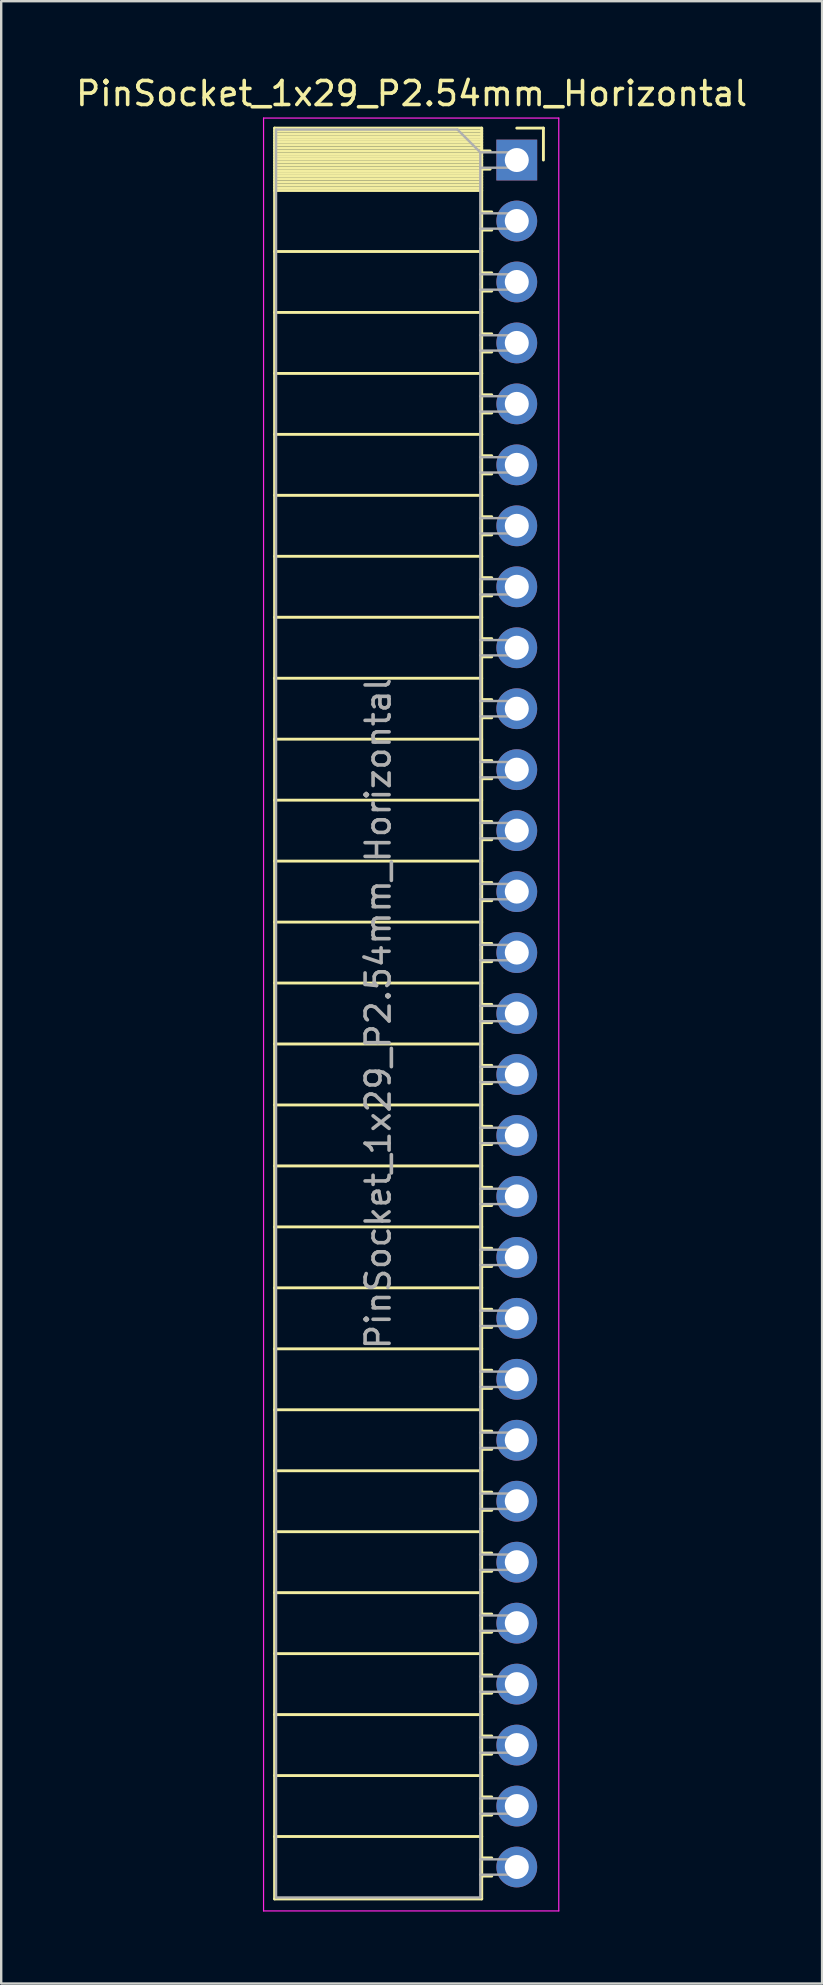
<source format=kicad_pcb>
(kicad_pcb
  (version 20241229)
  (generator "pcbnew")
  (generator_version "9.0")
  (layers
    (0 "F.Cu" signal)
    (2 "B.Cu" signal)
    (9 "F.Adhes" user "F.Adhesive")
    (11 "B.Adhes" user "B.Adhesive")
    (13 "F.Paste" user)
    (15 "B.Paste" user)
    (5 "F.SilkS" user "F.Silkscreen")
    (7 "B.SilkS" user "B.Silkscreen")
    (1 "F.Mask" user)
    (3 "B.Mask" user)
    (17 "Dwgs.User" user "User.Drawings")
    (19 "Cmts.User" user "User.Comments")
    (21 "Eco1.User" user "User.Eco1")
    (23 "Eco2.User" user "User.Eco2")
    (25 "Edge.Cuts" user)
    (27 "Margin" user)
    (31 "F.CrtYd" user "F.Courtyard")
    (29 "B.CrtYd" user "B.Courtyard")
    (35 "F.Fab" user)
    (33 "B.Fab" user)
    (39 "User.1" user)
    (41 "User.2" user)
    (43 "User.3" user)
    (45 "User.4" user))
  (footprint "PinSocket_1x29_P2.54mm_Horizontal"
    (layer "F.Cu")
    (at 18.481 3.618)
    (property "Reference" "PinSocket_1x29_P2.54mm_Horizontal" (at -4.38 -2.77 0) (layer "F.SilkS") (effects (font (size 1 1) (thickness 0.15))))
    (attr through_hole)
    (fp_line (start -10.09 -1.33) (end -10.09 72.45) (stroke (width 0.12) (type solid)) (layer "F.SilkS"))
    (fp_line (start -10.09 -1.33) (end -1.46 -1.33) (stroke (width 0.12) (type solid)) (layer "F.SilkS"))
    (fp_line (start -10.09 -1.21) (end -1.46 -1.21) (stroke (width 0.12) (type solid)) (layer "F.SilkS"))
    (fp_line (start -10.09 -1.092) (end -1.46 -1.092) (stroke (width 0.12) (type solid)) (layer "F.SilkS"))
    (fp_line (start -10.09 -0.974) (end -1.46 -0.974) (stroke (width 0.12) (type solid)) (layer "F.SilkS"))
    (fp_line (start -10.09 -0.856) (end -1.46 -0.856) (stroke (width 0.12) (type solid)) (layer "F.SilkS"))
    (fp_line (start -10.09 -0.738) (end -1.46 -0.738) (stroke (width 0.12) (type solid)) (layer "F.SilkS"))
    (fp_line (start -10.09 -0.62) (end -1.46 -0.62) (stroke (width 0.12) (type solid)) (layer "F.SilkS"))
    (fp_line (start -10.09 -0.501) (end -1.46 -0.501) (stroke (width 0.12) (type solid)) (layer "F.SilkS"))
    (fp_line (start -10.09 -0.383) (end -1.46 -0.383) (stroke (width 0.12) (type solid)) (layer "F.SilkS"))
    (fp_line (start -10.09 -0.265) (end -1.46 -0.265) (stroke (width 0.12) (type solid)) (layer "F.SilkS"))
    (fp_line (start -10.09 -0.147) (end -1.46 -0.147) (stroke (width 0.12) (type solid)) (layer "F.SilkS"))
    (fp_line (start -10.09 -0.029) (end -1.46 -0.029) (stroke (width 0.12) (type solid)) (layer "F.SilkS"))
    (fp_line (start -10.09 0.089) (end -1.46 0.089) (stroke (width 0.12) (type solid)) (layer "F.SilkS"))
    (fp_line (start -10.09 0.207) (end -1.46 0.207) (stroke (width 0.12) (type solid)) (layer "F.SilkS"))
    (fp_line (start -10.09 0.325) (end -1.46 0.325) (stroke (width 0.12) (type solid)) (layer "F.SilkS"))
    (fp_line (start -10.09 0.443) (end -1.46 0.443) (stroke (width 0.12) (type solid)) (layer "F.SilkS"))
    (fp_line (start -10.09 0.561) (end -1.46 0.561) (stroke (width 0.12) (type solid)) (layer "F.SilkS"))
    (fp_line (start -10.09 0.68) (end -1.46 0.68) (stroke (width 0.12) (type solid)) (layer "F.SilkS"))
    (fp_line (start -10.09 0.798) (end -1.46 0.798) (stroke (width 0.12) (type solid)) (layer "F.SilkS"))
    (fp_line (start -10.09 0.916) (end -1.46 0.916) (stroke (width 0.12) (type solid)) (layer "F.SilkS"))
    (fp_line (start -10.09 1.034) (end -1.46 1.034) (stroke (width 0.12) (type solid)) (layer "F.SilkS"))
    (fp_line (start -10.09 1.152) (end -1.46 1.152) (stroke (width 0.12) (type solid)) (layer "F.SilkS"))
    (fp_line (start -10.09 1.27) (end -1.46 1.27) (stroke (width 0.12) (type solid)) (layer "F.SilkS"))
    (fp_line (start -10.09 3.81) (end -1.46 3.81) (stroke (width 0.12) (type solid)) (layer "F.SilkS"))
    (fp_line (start -10.09 6.35) (end -1.46 6.35) (stroke (width 0.12) (type solid)) (layer "F.SilkS"))
    (fp_line (start -10.09 8.89) (end -1.46 8.89) (stroke (width 0.12) (type solid)) (layer "F.SilkS"))
    (fp_line (start -10.09 11.43) (end -1.46 11.43) (stroke (width 0.12) (type solid)) (layer "F.SilkS"))
    (fp_line (start -10.09 13.97) (end -1.46 13.97) (stroke (width 0.12) (type solid)) (layer "F.SilkS"))
    (fp_line (start -10.09 16.51) (end -1.46 16.51) (stroke (width 0.12) (type solid)) (layer "F.SilkS"))
    (fp_line (start -10.09 19.05) (end -1.46 19.05) (stroke (width 0.12) (type solid)) (layer "F.SilkS"))
    (fp_line (start -10.09 21.59) (end -1.46 21.59) (stroke (width 0.12) (type solid)) (layer "F.SilkS"))
    (fp_line (start -10.09 24.13) (end -1.46 24.13) (stroke (width 0.12) (type solid)) (layer "F.SilkS"))
    (fp_line (start -10.09 26.67) (end -1.46 26.67) (stroke (width 0.12) (type solid)) (layer "F.SilkS"))
    (fp_line (start -10.09 29.21) (end -1.46 29.21) (stroke (width 0.12) (type solid)) (layer "F.SilkS"))
    (fp_line (start -10.09 31.75) (end -1.46 31.75) (stroke (width 0.12) (type solid)) (layer "F.SilkS"))
    (fp_line (start -10.09 34.29) (end -1.46 34.29) (stroke (width 0.12) (type solid)) (layer "F.SilkS"))
    (fp_line (start -10.09 36.83) (end -1.46 36.83) (stroke (width 0.12) (type solid)) (layer "F.SilkS"))
    (fp_line (start -10.09 39.37) (end -1.46 39.37) (stroke (width 0.12) (type solid)) (layer "F.SilkS"))
    (fp_line (start -10.09 41.91) (end -1.46 41.91) (stroke (width 0.12) (type solid)) (layer "F.SilkS"))
    (fp_line (start -10.09 44.45) (end -1.46 44.45) (stroke (width 0.12) (type solid)) (layer "F.SilkS"))
    (fp_line (start -10.09 46.99) (end -1.46 46.99) (stroke (width 0.12) (type solid)) (layer "F.SilkS"))
    (fp_line (start -10.09 49.53) (end -1.46 49.53) (stroke (width 0.12) (type solid)) (layer "F.SilkS"))
    (fp_line (start -10.09 52.07) (end -1.46 52.07) (stroke (width 0.12) (type solid)) (layer "F.SilkS"))
    (fp_line (start -10.09 54.61) (end -1.46 54.61) (stroke (width 0.12) (type solid)) (layer "F.SilkS"))
    (fp_line (start -10.09 57.15) (end -1.46 57.15) (stroke (width 0.12) (type solid)) (layer "F.SilkS"))
    (fp_line (start -10.09 59.69) (end -1.46 59.69) (stroke (width 0.12) (type solid)) (layer "F.SilkS"))
    (fp_line (start -10.09 62.23) (end -1.46 62.23) (stroke (width 0.12) (type solid)) (layer "F.SilkS"))
    (fp_line (start -10.09 64.77) (end -1.46 64.77) (stroke (width 0.12) (type solid)) (layer "F.SilkS"))
    (fp_line (start -10.09 67.31) (end -1.46 67.31) (stroke (width 0.12) (type solid)) (layer "F.SilkS"))
    (fp_line (start -10.09 69.85) (end -1.46 69.85) (stroke (width 0.12) (type solid)) (layer "F.SilkS"))
    (fp_line (start -10.09 72.45) (end -1.46 72.45) (stroke (width 0.12) (type solid)) (layer "F.SilkS"))
    (fp_line (start -1.46 -1.33) (end -1.46 72.45) (stroke (width 0.12) (type solid)) (layer "F.SilkS"))
    (fp_line (start -1.46 -0.38) (end -1.11 -0.38) (stroke (width 0.12) (type solid)) (layer "F.SilkS"))
    (fp_line (start -1.46 0.38) (end -1.11 0.38) (stroke (width 0.12) (type solid)) (layer "F.SilkS"))
    (fp_line (start -1.46 2.16) (end -1.043 2.16) (stroke (width 0.12) (type solid)) (layer "F.SilkS"))
    (fp_line (start -1.46 2.92) (end -1.043 2.92) (stroke (width 0.12) (type solid)) (layer "F.SilkS"))
    (fp_line (start -1.46 4.7) (end -1.043 4.7) (stroke (width 0.12) (type solid)) (layer "F.SilkS"))
    (fp_line (start -1.46 5.46) (end -1.043 5.46) (stroke (width 0.12) (type solid)) (layer "F.SilkS"))
    (fp_line (start -1.46 7.24) (end -1.043 7.24) (stroke (width 0.12) (type solid)) (layer "F.SilkS"))
    (fp_line (start -1.46 8) (end -1.043 8) (stroke (width 0.12) (type solid)) (layer "F.SilkS"))
    (fp_line (start -1.46 9.78) (end -1.043 9.78) (stroke (width 0.12) (type solid)) (layer "F.SilkS"))
    (fp_line (start -1.46 10.54) (end -1.043 10.54) (stroke (width 0.12) (type solid)) (layer "F.SilkS"))
    (fp_line (start -1.46 12.32) (end -1.043 12.32) (stroke (width 0.12) (type solid)) (layer "F.SilkS"))
    (fp_line (start -1.46 13.08) (end -1.043 13.08) (stroke (width 0.12) (type solid)) (layer "F.SilkS"))
    (fp_line (start -1.46 14.86) (end -1.043 14.86) (stroke (width 0.12) (type solid)) (layer "F.SilkS"))
    (fp_line (start -1.46 15.62) (end -1.043 15.62) (stroke (width 0.12) (type solid)) (layer "F.SilkS"))
    (fp_line (start -1.46 17.4) (end -1.043 17.4) (stroke (width 0.12) (type solid)) (layer "F.SilkS"))
    (fp_line (start -1.46 18.16) (end -1.043 18.16) (stroke (width 0.12) (type solid)) (layer "F.SilkS"))
    (fp_line (start -1.46 19.94) (end -1.043 19.94) (stroke (width 0.12) (type solid)) (layer "F.SilkS"))
    (fp_line (start -1.46 20.7) (end -1.043 20.7) (stroke (width 0.12) (type solid)) (layer "F.SilkS"))
    (fp_line (start -1.46 22.48) (end -1.043 22.48) (stroke (width 0.12) (type solid)) (layer "F.SilkS"))
    (fp_line (start -1.46 23.24) (end -1.043 23.24) (stroke (width 0.12) (type solid)) (layer "F.SilkS"))
    (fp_line (start -1.46 25.02) (end -1.043 25.02) (stroke (width 0.12) (type solid)) (layer "F.SilkS"))
    (fp_line (start -1.46 25.78) (end -1.043 25.78) (stroke (width 0.12) (type solid)) (layer "F.SilkS"))
    (fp_line (start -1.46 27.56) (end -1.043 27.56) (stroke (width 0.12) (type solid)) (layer "F.SilkS"))
    (fp_line (start -1.46 28.32) (end -1.043 28.32) (stroke (width 0.12) (type solid)) (layer "F.SilkS"))
    (fp_line (start -1.46 30.1) (end -1.043 30.1) (stroke (width 0.12) (type solid)) (layer "F.SilkS"))
    (fp_line (start -1.46 30.86) (end -1.043 30.86) (stroke (width 0.12) (type solid)) (layer "F.SilkS"))
    (fp_line (start -1.46 32.64) (end -1.043 32.64) (stroke (width 0.12) (type solid)) (layer "F.SilkS"))
    (fp_line (start -1.46 33.4) (end -1.043 33.4) (stroke (width 0.12) (type solid)) (layer "F.SilkS"))
    (fp_line (start -1.46 35.18) (end -1.043 35.18) (stroke (width 0.12) (type solid)) (layer "F.SilkS"))
    (fp_line (start -1.46 35.94) (end -1.043 35.94) (stroke (width 0.12) (type solid)) (layer "F.SilkS"))
    (fp_line (start -1.46 37.72) (end -1.043 37.72) (stroke (width 0.12) (type solid)) (layer "F.SilkS"))
    (fp_line (start -1.46 38.48) (end -1.043 38.48) (stroke (width 0.12) (type solid)) (layer "F.SilkS"))
    (fp_line (start -1.46 40.26) (end -1.043 40.26) (stroke (width 0.12) (type solid)) (layer "F.SilkS"))
    (fp_line (start -1.46 41.02) (end -1.043 41.02) (stroke (width 0.12) (type solid)) (layer "F.SilkS"))
    (fp_line (start -1.46 42.8) (end -1.043 42.8) (stroke (width 0.12) (type solid)) (layer "F.SilkS"))
    (fp_line (start -1.46 43.56) (end -1.043 43.56) (stroke (width 0.12) (type solid)) (layer "F.SilkS"))
    (fp_line (start -1.46 45.34) (end -1.043 45.34) (stroke (width 0.12) (type solid)) (layer "F.SilkS"))
    (fp_line (start -1.46 46.1) (end -1.043 46.1) (stroke (width 0.12) (type solid)) (layer "F.SilkS"))
    (fp_line (start -1.46 47.88) (end -1.043 47.88) (stroke (width 0.12) (type solid)) (layer "F.SilkS"))
    (fp_line (start -1.46 48.64) (end -1.043 48.64) (stroke (width 0.12) (type solid)) (layer "F.SilkS"))
    (fp_line (start -1.46 50.42) (end -1.043 50.42) (stroke (width 0.12) (type solid)) (layer "F.SilkS"))
    (fp_line (start -1.46 51.18) (end -1.043 51.18) (stroke (width 0.12) (type solid)) (layer "F.SilkS"))
    (fp_line (start -1.46 52.96) (end -1.043 52.96) (stroke (width 0.12) (type solid)) (layer "F.SilkS"))
    (fp_line (start -1.46 53.72) (end -1.043 53.72) (stroke (width 0.12) (type solid)) (layer "F.SilkS"))
    (fp_line (start -1.46 55.5) (end -1.043 55.5) (stroke (width 0.12) (type solid)) (layer "F.SilkS"))
    (fp_line (start -1.46 56.26) (end -1.043 56.26) (stroke (width 0.12) (type solid)) (layer "F.SilkS"))
    (fp_line (start -1.46 58.04) (end -1.043 58.04) (stroke (width 0.12) (type solid)) (layer "F.SilkS"))
    (fp_line (start -1.46 58.8) (end -1.043 58.8) (stroke (width 0.12) (type solid)) (layer "F.SilkS"))
    (fp_line (start -1.46 60.58) (end -1.043 60.58) (stroke (width 0.12) (type solid)) (layer "F.SilkS"))
    (fp_line (start -1.46 61.34) (end -1.043 61.34) (stroke (width 0.12) (type solid)) (layer "F.SilkS"))
    (fp_line (start -1.46 63.12) (end -1.043 63.12) (stroke (width 0.12) (type solid)) (layer "F.SilkS"))
    (fp_line (start -1.46 63.88) (end -1.043 63.88) (stroke (width 0.12) (type solid)) (layer "F.SilkS"))
    (fp_line (start -1.46 65.66) (end -1.043 65.66) (stroke (width 0.12) (type solid)) (layer "F.SilkS"))
    (fp_line (start -1.46 66.42) (end -1.043 66.42) (stroke (width 0.12) (type solid)) (layer "F.SilkS"))
    (fp_line (start -1.46 68.2) (end -1.043 68.2) (stroke (width 0.12) (type solid)) (layer "F.SilkS"))
    (fp_line (start -1.46 68.96) (end -1.043 68.96) (stroke (width 0.12) (type solid)) (layer "F.SilkS"))
    (fp_line (start -1.46 70.74) (end -1.043 70.74) (stroke (width 0.12) (type solid)) (layer "F.SilkS"))
    (fp_line (start -1.46 71.5) (end -1.043 71.5) (stroke (width 0.12) (type solid)) (layer "F.SilkS"))
    (fp_line (start 0 -1.33) (end 1.11 -1.33) (stroke (width 0.12) (type solid)) (layer "F.SilkS"))
    (fp_line (start 1.11 -1.33) (end 1.11 0) (stroke (width 0.12) (type solid)) (layer "F.SilkS"))
    (fp_line (start -10.55 -1.75) (end -10.55 72.95) (stroke (width 0.05) (type solid)) (layer "F.CrtYd"))
    (fp_line (start -10.55 72.95) (end 1.75 72.95) (stroke (width 0.05) (type solid)) (layer "F.CrtYd"))
    (fp_line (start 1.75 -1.75) (end -10.55 -1.75) (stroke (width 0.05) (type solid)) (layer "F.CrtYd"))
    (fp_line (start 1.75 72.95) (end 1.75 -1.75) (stroke (width 0.05) (type solid)) (layer "F.CrtYd"))
    (fp_line (start -10.03 -1.27) (end -2.47 -1.27) (stroke (width 0.1) (type solid)) (layer "F.Fab"))
    (fp_line (start -10.03 72.39) (end -10.03 -1.27) (stroke (width 0.1) (type solid)) (layer "F.Fab"))
    (fp_line (start -2.47 -1.27) (end -1.52 -0.32) (stroke (width 0.1) (type solid)) (layer "F.Fab"))
    (fp_line (start -1.52 -0.32) (end -1.52 72.39) (stroke (width 0.1) (type solid)) (layer "F.Fab"))
    (fp_line (start -1.52 0.32) (end 0 0.32) (stroke (width 0.1) (type solid)) (layer "F.Fab"))
    (fp_line (start -1.52 2.86) (end 0 2.86) (stroke (width 0.1) (type solid)) (layer "F.Fab"))
    (fp_line (start -1.52 5.4) (end 0 5.4) (stroke (width 0.1) (type solid)) (layer "F.Fab"))
    (fp_line (start -1.52 7.94) (end 0 7.94) (stroke (width 0.1) (type solid)) (layer "F.Fab"))
    (fp_line (start -1.52 10.48) (end 0 10.48) (stroke (width 0.1) (type solid)) (layer "F.Fab"))
    (fp_line (start -1.52 13.02) (end 0 13.02) (stroke (width 0.1) (type solid)) (layer "F.Fab"))
    (fp_line (start -1.52 15.56) (end 0 15.56) (stroke (width 0.1) (type solid)) (layer "F.Fab"))
    (fp_line (start -1.52 18.1) (end 0 18.1) (stroke (width 0.1) (type solid)) (layer "F.Fab"))
    (fp_line (start -1.52 20.64) (end 0 20.64) (stroke (width 0.1) (type solid)) (layer "F.Fab"))
    (fp_line (start -1.52 23.18) (end 0 23.18) (stroke (width 0.1) (type solid)) (layer "F.Fab"))
    (fp_line (start -1.52 25.72) (end 0 25.72) (stroke (width 0.1) (type solid)) (layer "F.Fab"))
    (fp_line (start -1.52 28.26) (end 0 28.26) (stroke (width 0.1) (type solid)) (layer "F.Fab"))
    (fp_line (start -1.52 30.8) (end 0 30.8) (stroke (width 0.1) (type solid)) (layer "F.Fab"))
    (fp_line (start -1.52 33.34) (end 0 33.34) (stroke (width 0.1) (type solid)) (layer "F.Fab"))
    (fp_line (start -1.52 35.88) (end 0 35.88) (stroke (width 0.1) (type solid)) (layer "F.Fab"))
    (fp_line (start -1.52 38.42) (end 0 38.42) (stroke (width 0.1) (type solid)) (layer "F.Fab"))
    (fp_line (start -1.52 40.96) (end 0 40.96) (stroke (width 0.1) (type solid)) (layer "F.Fab"))
    (fp_line (start -1.52 43.5) (end 0 43.5) (stroke (width 0.1) (type solid)) (layer "F.Fab"))
    (fp_line (start -1.52 46.04) (end 0 46.04) (stroke (width 0.1) (type solid)) (layer "F.Fab"))
    (fp_line (start -1.52 48.58) (end 0 48.58) (stroke (width 0.1) (type solid)) (layer "F.Fab"))
    (fp_line (start -1.52 51.12) (end 0 51.12) (stroke (width 0.1) (type solid)) (layer "F.Fab"))
    (fp_line (start -1.52 53.66) (end 0 53.66) (stroke (width 0.1) (type solid)) (layer "F.Fab"))
    (fp_line (start -1.52 56.2) (end 0 56.2) (stroke (width 0.1) (type solid)) (layer "F.Fab"))
    (fp_line (start -1.52 58.74) (end 0 58.74) (stroke (width 0.1) (type solid)) (layer "F.Fab"))
    (fp_line (start -1.52 61.28) (end 0 61.28) (stroke (width 0.1) (type solid)) (layer "F.Fab"))
    (fp_line (start -1.52 63.82) (end 0 63.82) (stroke (width 0.1) (type solid)) (layer "F.Fab"))
    (fp_line (start -1.52 66.36) (end 0 66.36) (stroke (width 0.1) (type solid)) (layer "F.Fab"))
    (fp_line (start -1.52 68.9) (end 0 68.9) (stroke (width 0.1) (type solid)) (layer "F.Fab"))
    (fp_line (start -1.52 71.44) (end 0 71.44) (stroke (width 0.1) (type solid)) (layer "F.Fab"))
    (fp_line (start -1.52 72.39) (end -10.03 72.39) (stroke (width 0.1) (type solid)) (layer "F.Fab"))
    (fp_line (start 0 -0.32) (end -1.52 -0.32) (stroke (width 0.1) (type solid)) (layer "F.Fab"))
    (fp_line (start 0 0.32) (end 0 -0.32) (stroke (width 0.1) (type solid)) (layer "F.Fab"))
    (fp_line (start 0 2.22) (end -1.52 2.22) (stroke (width 0.1) (type solid)) (layer "F.Fab"))
    (fp_line (start 0 2.86) (end 0 2.22) (stroke (width 0.1) (type solid)) (layer "F.Fab"))
    (fp_line (start 0 4.76) (end -1.52 4.76) (stroke (width 0.1) (type solid)) (layer "F.Fab"))
    (fp_line (start 0 5.4) (end 0 4.76) (stroke (width 0.1) (type solid)) (layer "F.Fab"))
    (fp_line (start 0 7.3) (end -1.52 7.3) (stroke (width 0.1) (type solid)) (layer "F.Fab"))
    (fp_line (start 0 7.94) (end 0 7.3) (stroke (width 0.1) (type solid)) (layer "F.Fab"))
    (fp_line (start 0 9.84) (end -1.52 9.84) (stroke (width 0.1) (type solid)) (layer "F.Fab"))
    (fp_line (start 0 10.48) (end 0 9.84) (stroke (width 0.1) (type solid)) (layer "F.Fab"))
    (fp_line (start 0 12.38) (end -1.52 12.38) (stroke (width 0.1) (type solid)) (layer "F.Fab"))
    (fp_line (start 0 13.02) (end 0 12.38) (stroke (width 0.1) (type solid)) (layer "F.Fab"))
    (fp_line (start 0 14.92) (end -1.52 14.92) (stroke (width 0.1) (type solid)) (layer "F.Fab"))
    (fp_line (start 0 15.56) (end 0 14.92) (stroke (width 0.1) (type solid)) (layer "F.Fab"))
    (fp_line (start 0 17.46) (end -1.52 17.46) (stroke (width 0.1) (type solid)) (layer "F.Fab"))
    (fp_line (start 0 18.1) (end 0 17.46) (stroke (width 0.1) (type solid)) (layer "F.Fab"))
    (fp_line (start 0 20) (end -1.52 20) (stroke (width 0.1) (type solid)) (layer "F.Fab"))
    (fp_line (start 0 20.64) (end 0 20) (stroke (width 0.1) (type solid)) (layer "F.Fab"))
    (fp_line (start 0 22.54) (end -1.52 22.54) (stroke (width 0.1) (type solid)) (layer "F.Fab"))
    (fp_line (start 0 23.18) (end 0 22.54) (stroke (width 0.1) (type solid)) (layer "F.Fab"))
    (fp_line (start 0 25.08) (end -1.52 25.08) (stroke (width 0.1) (type solid)) (layer "F.Fab"))
    (fp_line (start 0 25.72) (end 0 25.08) (stroke (width 0.1) (type solid)) (layer "F.Fab"))
    (fp_line (start 0 27.62) (end -1.52 27.62) (stroke (width 0.1) (type solid)) (layer "F.Fab"))
    (fp_line (start 0 28.26) (end 0 27.62) (stroke (width 0.1) (type solid)) (layer "F.Fab"))
    (fp_line (start 0 30.16) (end -1.52 30.16) (stroke (width 0.1) (type solid)) (layer "F.Fab"))
    (fp_line (start 0 30.8) (end 0 30.16) (stroke (width 0.1) (type solid)) (layer "F.Fab"))
    (fp_line (start 0 32.7) (end -1.52 32.7) (stroke (width 0.1) (type solid)) (layer "F.Fab"))
    (fp_line (start 0 33.34) (end 0 32.7) (stroke (width 0.1) (type solid)) (layer "F.Fab"))
    (fp_line (start 0 35.24) (end -1.52 35.24) (stroke (width 0.1) (type solid)) (layer "F.Fab"))
    (fp_line (start 0 35.88) (end 0 35.24) (stroke (width 0.1) (type solid)) (layer "F.Fab"))
    (fp_line (start 0 37.78) (end -1.52 37.78) (stroke (width 0.1) (type solid)) (layer "F.Fab"))
    (fp_line (start 0 38.42) (end 0 37.78) (stroke (width 0.1) (type solid)) (layer "F.Fab"))
    (fp_line (start 0 40.32) (end -1.52 40.32) (stroke (width 0.1) (type solid)) (layer "F.Fab"))
    (fp_line (start 0 40.96) (end 0 40.32) (stroke (width 0.1) (type solid)) (layer "F.Fab"))
    (fp_line (start 0 42.86) (end -1.52 42.86) (stroke (width 0.1) (type solid)) (layer "F.Fab"))
    (fp_line (start 0 43.5) (end 0 42.86) (stroke (width 0.1) (type solid)) (layer "F.Fab"))
    (fp_line (start 0 45.4) (end -1.52 45.4) (stroke (width 0.1) (type solid)) (layer "F.Fab"))
    (fp_line (start 0 46.04) (end 0 45.4) (stroke (width 0.1) (type solid)) (layer "F.Fab"))
    (fp_line (start 0 47.94) (end -1.52 47.94) (stroke (width 0.1) (type solid)) (layer "F.Fab"))
    (fp_line (start 0 48.58) (end 0 47.94) (stroke (width 0.1) (type solid)) (layer "F.Fab"))
    (fp_line (start 0 50.48) (end -1.52 50.48) (stroke (width 0.1) (type solid)) (layer "F.Fab"))
    (fp_line (start 0 51.12) (end 0 50.48) (stroke (width 0.1) (type solid)) (layer "F.Fab"))
    (fp_line (start 0 53.02) (end -1.52 53.02) (stroke (width 0.1) (type solid)) (layer "F.Fab"))
    (fp_line (start 0 53.66) (end 0 53.02) (stroke (width 0.1) (type solid)) (layer "F.Fab"))
    (fp_line (start 0 55.56) (end -1.52 55.56) (stroke (width 0.1) (type solid)) (layer "F.Fab"))
    (fp_line (start 0 56.2) (end 0 55.56) (stroke (width 0.1) (type solid)) (layer "F.Fab"))
    (fp_line (start 0 58.1) (end -1.52 58.1) (stroke (width 0.1) (type solid)) (layer "F.Fab"))
    (fp_line (start 0 58.74) (end 0 58.1) (stroke (width 0.1) (type solid)) (layer "F.Fab"))
    (fp_line (start 0 60.64) (end -1.52 60.64) (stroke (width 0.1) (type solid)) (layer "F.Fab"))
    (fp_line (start 0 61.28) (end 0 60.64) (stroke (width 0.1) (type solid)) (layer "F.Fab"))
    (fp_line (start 0 63.18) (end -1.52 63.18) (stroke (width 0.1) (type solid)) (layer "F.Fab"))
    (fp_line (start 0 63.82) (end 0 63.18) (stroke (width 0.1) (type solid)) (layer "F.Fab"))
    (fp_line (start 0 65.72) (end -1.52 65.72) (stroke (width 0.1) (type solid)) (layer "F.Fab"))
    (fp_line (start 0 66.36) (end 0 65.72) (stroke (width 0.1) (type solid)) (layer "F.Fab"))
    (fp_line (start 0 68.26) (end -1.52 68.26) (stroke (width 0.1) (type solid)) (layer "F.Fab"))
    (fp_line (start 0 68.9) (end 0 68.26) (stroke (width 0.1) (type solid)) (layer "F.Fab"))
    (fp_line (start 0 70.8) (end -1.52 70.8) (stroke (width 0.1) (type solid)) (layer "F.Fab"))
    (fp_line (start 0 71.44) (end 0 70.8) (stroke (width 0.1) (type solid)) (layer "F.Fab"))
    (fp_text user "${REFERENCE}" (at -5.775 35.56 90) (layer "F.Fab") (effects (font (size 1 1) (thickness 0.15))))
    (pad "1" thru_hole rect (at 0 0) (size 1.7 1.7) (drill 1) (layers "*.Cu" "*.Mask"))
    (pad "2" thru_hole oval (at 0 2.54) (size 1.7 1.7) (drill 1) (layers "*.Cu" "*.Mask"))
    (pad "3" thru_hole oval (at 0 5.08) (size 1.7 1.7) (drill 1) (layers "*.Cu" "*.Mask"))
    (pad "4" thru_hole oval (at 0 7.62) (size 1.7 1.7) (drill 1) (layers "*.Cu" "*.Mask"))
    (pad "5" thru_hole oval (at 0 10.16) (size 1.7 1.7) (drill 1) (layers "*.Cu" "*.Mask"))
    (pad "6" thru_hole oval (at 0 12.7) (size 1.7 1.7) (drill 1) (layers "*.Cu" "*.Mask"))
    (pad "7" thru_hole oval (at 0 15.24) (size 1.7 1.7) (drill 1) (layers "*.Cu" "*.Mask"))
    (pad "8" thru_hole oval (at 0 17.78) (size 1.7 1.7) (drill 1) (layers "*.Cu" "*.Mask"))
    (pad "9" thru_hole oval (at 0 20.32) (size 1.7 1.7) (drill 1) (layers "*.Cu" "*.Mask"))
    (pad "10" thru_hole oval (at 0 22.86) (size 1.7 1.7) (drill 1) (layers "*.Cu" "*.Mask"))
    (pad "11" thru_hole oval (at 0 25.4) (size 1.7 1.7) (drill 1) (layers "*.Cu" "*.Mask"))
    (pad "12" thru_hole oval (at 0 27.94) (size 1.7 1.7) (drill 1) (layers "*.Cu" "*.Mask"))
    (pad "13" thru_hole oval (at 0 30.48) (size 1.7 1.7) (drill 1) (layers "*.Cu" "*.Mask"))
    (pad "14" thru_hole oval (at 0 33.02) (size 1.7 1.7) (drill 1) (layers "*.Cu" "*.Mask"))
    (pad "15" thru_hole oval (at 0 35.56) (size 1.7 1.7) (drill 1) (layers "*.Cu" "*.Mask"))
    (pad "16" thru_hole oval (at 0 38.1) (size 1.7 1.7) (drill 1) (layers "*.Cu" "*.Mask"))
    (pad "17" thru_hole oval (at 0 40.64) (size 1.7 1.7) (drill 1) (layers "*.Cu" "*.Mask"))
    (pad "18" thru_hole oval (at 0 43.18) (size 1.7 1.7) (drill 1) (layers "*.Cu" "*.Mask"))
    (pad "19" thru_hole oval (at 0 45.72) (size 1.7 1.7) (drill 1) (layers "*.Cu" "*.Mask"))
    (pad "20" thru_hole oval (at 0 48.26) (size 1.7 1.7) (drill 1) (layers "*.Cu" "*.Mask"))
    (pad "21" thru_hole oval (at 0 50.8) (size 1.7 1.7) (drill 1) (layers "*.Cu" "*.Mask"))
    (pad "22" thru_hole oval (at 0 53.34) (size 1.7 1.7) (drill 1) (layers "*.Cu" "*.Mask"))
    (pad "23" thru_hole oval (at 0 55.88) (size 1.7 1.7) (drill 1) (layers "*.Cu" "*.Mask"))
    (pad "24" thru_hole oval (at 0 58.42) (size 1.7 1.7) (drill 1) (layers "*.Cu" "*.Mask"))
    (pad "25" thru_hole oval (at 0 60.96) (size 1.7 1.7) (drill 1) (layers "*.Cu" "*.Mask"))
    (pad "26" thru_hole oval (at 0 63.5) (size 1.7 1.7) (drill 1) (layers "*.Cu" "*.Mask"))
    (pad "27" thru_hole oval (at 0 66.04) (size 1.7 1.7) (drill 1) (layers "*.Cu" "*.Mask"))
    (pad "28" thru_hole oval (at 0 68.58) (size 1.7 1.7) (drill 1) (layers "*.Cu" "*.Mask"))
    (pad "29" thru_hole oval (at 0 71.12) (size 1.7 1.7) (drill 1) (layers "*.Cu" "*.Mask")))
  (gr_rect
    (start -3 -3)
    (end 31.202 79.593)
    (stroke (width 0.1) (type default))
    (fill no)
    (layer "Edge.Cuts")))
</source>
